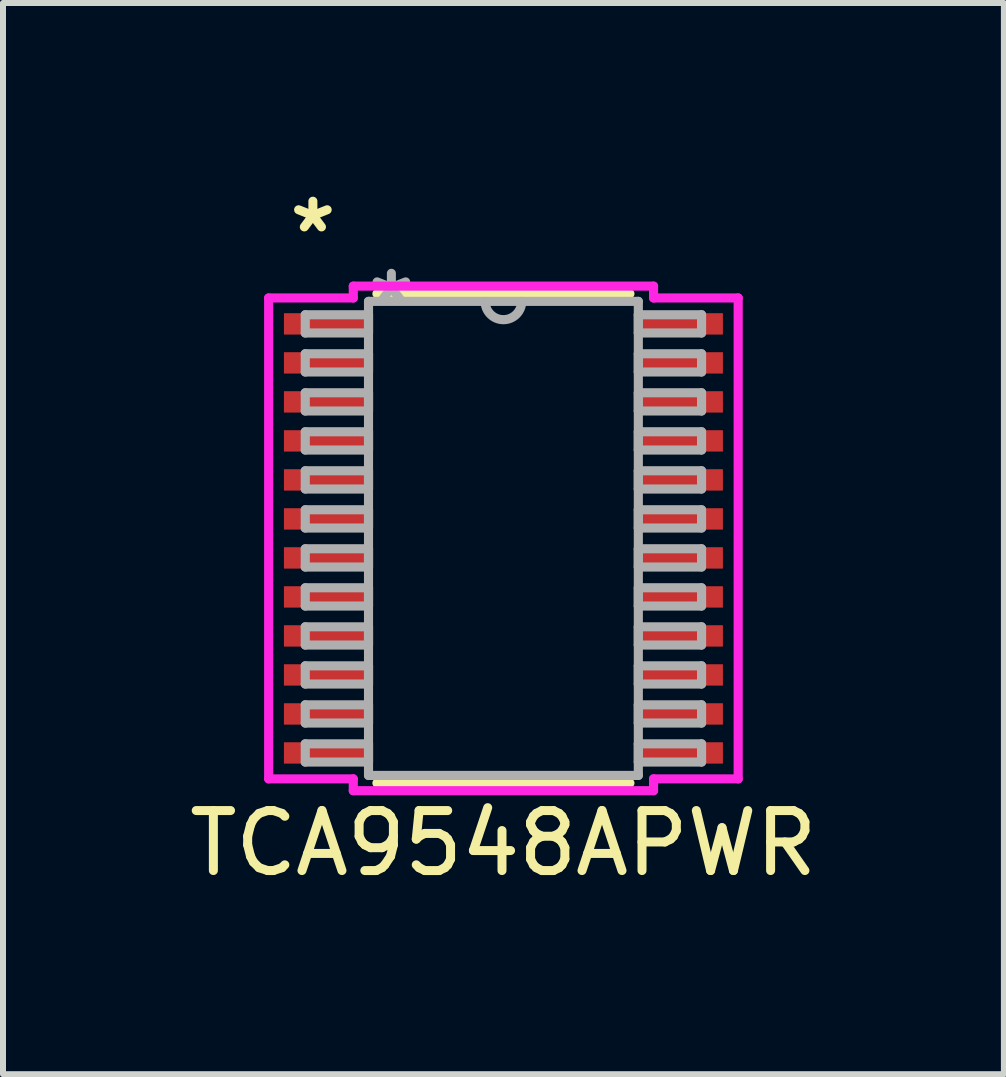
<source format=kicad_pcb>
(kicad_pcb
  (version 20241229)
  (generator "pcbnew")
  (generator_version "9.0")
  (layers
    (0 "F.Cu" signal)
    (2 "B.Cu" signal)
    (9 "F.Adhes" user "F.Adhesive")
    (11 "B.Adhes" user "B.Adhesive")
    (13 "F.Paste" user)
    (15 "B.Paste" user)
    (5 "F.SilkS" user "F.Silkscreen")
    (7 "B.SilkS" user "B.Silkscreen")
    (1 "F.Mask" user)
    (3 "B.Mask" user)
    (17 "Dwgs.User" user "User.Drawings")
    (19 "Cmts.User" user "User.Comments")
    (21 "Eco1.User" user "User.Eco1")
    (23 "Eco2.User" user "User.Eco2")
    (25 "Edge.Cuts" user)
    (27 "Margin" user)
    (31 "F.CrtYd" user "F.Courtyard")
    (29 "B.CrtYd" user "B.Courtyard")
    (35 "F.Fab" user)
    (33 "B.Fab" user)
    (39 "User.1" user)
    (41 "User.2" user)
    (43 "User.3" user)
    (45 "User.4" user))
  (footprint "TCA9548APWR"
    (layer "F.Cu")
    (at 5.339 5.922)
    (property "Reference" "TCA9548APWR" (at 0 5.08 0) (layer "F.SilkS") (effects (font (size 1 1) (thickness 0.15))))
    (attr through_hole)
    (fp_line (start -2.108 4.077) (end 2.108 4.077) (stroke (width 0.152) (type solid)) (layer "F.SilkS"))
    (fp_line (start 2.108 -4.077) (end -2.108 -4.077) (stroke (width 0.152) (type solid)) (layer "F.SilkS"))
    (fp_line (start -3.912 -4.007) (end -2.502 -4.007) (stroke (width 0.152) (type solid)) (layer "F.CrtYd"))
    (fp_line (start -3.912 4.007) (end -3.912 -4.007) (stroke (width 0.152) (type solid)) (layer "F.CrtYd"))
    (fp_line (start -3.912 4.007) (end -2.502 4.007) (stroke (width 0.152) (type solid)) (layer "F.CrtYd"))
    (fp_line (start -2.502 -4.204) (end 2.502 -4.204) (stroke (width 0.152) (type solid)) (layer "F.CrtYd"))
    (fp_line (start -2.502 -4.007) (end -2.502 -4.204) (stroke (width 0.152) (type solid)) (layer "F.CrtYd"))
    (fp_line (start -2.502 4.204) (end -2.502 4.007) (stroke (width 0.152) (type solid)) (layer "F.CrtYd"))
    (fp_line (start 2.502 -4.204) (end 2.502 -4.007) (stroke (width 0.152) (type solid)) (layer "F.CrtYd"))
    (fp_line (start 2.502 4.007) (end 2.502 4.204) (stroke (width 0.152) (type solid)) (layer "F.CrtYd"))
    (fp_line (start 2.502 4.204) (end -2.502 4.204) (stroke (width 0.152) (type solid)) (layer "F.CrtYd"))
    (fp_line (start 3.912 -4.007) (end 2.502 -4.007) (stroke (width 0.152) (type solid)) (layer "F.CrtYd"))
    (fp_line (start 3.912 -4.007) (end 3.912 4.007) (stroke (width 0.152) (type solid)) (layer "F.CrtYd"))
    (fp_line (start 3.912 4.007) (end 2.502 4.007) (stroke (width 0.152) (type solid)) (layer "F.CrtYd"))
    (fp_line (start -3.302 -3.727) (end -3.302 -3.423) (stroke (width 0.152) (type solid)) (layer "F.Fab"))
    (fp_line (start -3.302 -3.423) (end -2.248 -3.423) (stroke (width 0.152) (type solid)) (layer "F.Fab"))
    (fp_line (start -3.302 -3.077) (end -3.302 -2.773) (stroke (width 0.152) (type solid)) (layer "F.Fab"))
    (fp_line (start -3.302 -2.773) (end -2.248 -2.773) (stroke (width 0.152) (type solid)) (layer "F.Fab"))
    (fp_line (start -3.302 -2.427) (end -3.302 -2.123) (stroke (width 0.152) (type solid)) (layer "F.Fab"))
    (fp_line (start -3.302 -2.123) (end -2.248 -2.123) (stroke (width 0.152) (type solid)) (layer "F.Fab"))
    (fp_line (start -3.302 -1.777) (end -3.302 -1.473) (stroke (width 0.152) (type solid)) (layer "F.Fab"))
    (fp_line (start -3.302 -1.473) (end -2.248 -1.473) (stroke (width 0.152) (type solid)) (layer "F.Fab"))
    (fp_line (start -3.302 -1.127) (end -3.302 -0.823) (stroke (width 0.152) (type solid)) (layer "F.Fab"))
    (fp_line (start -3.302 -0.823) (end -2.248 -0.823) (stroke (width 0.152) (type solid)) (layer "F.Fab"))
    (fp_line (start -3.302 -0.477) (end -3.302 -0.173) (stroke (width 0.152) (type solid)) (layer "F.Fab"))
    (fp_line (start -3.302 -0.173) (end -2.248 -0.173) (stroke (width 0.152) (type solid)) (layer "F.Fab"))
    (fp_line (start -3.302 0.173) (end -3.302 0.477) (stroke (width 0.152) (type solid)) (layer "F.Fab"))
    (fp_line (start -3.302 0.477) (end -2.248 0.477) (stroke (width 0.152) (type solid)) (layer "F.Fab"))
    (fp_line (start -3.302 0.823) (end -3.302 1.127) (stroke (width 0.152) (type solid)) (layer "F.Fab"))
    (fp_line (start -3.302 1.127) (end -2.248 1.127) (stroke (width 0.152) (type solid)) (layer "F.Fab"))
    (fp_line (start -3.302 1.473) (end -3.302 1.777) (stroke (width 0.152) (type solid)) (layer "F.Fab"))
    (fp_line (start -3.302 1.777) (end -2.248 1.777) (stroke (width 0.152) (type solid)) (layer "F.Fab"))
    (fp_line (start -3.302 2.123) (end -3.302 2.427) (stroke (width 0.152) (type solid)) (layer "F.Fab"))
    (fp_line (start -3.302 2.427) (end -2.248 2.427) (stroke (width 0.152) (type solid)) (layer "F.Fab"))
    (fp_line (start -3.302 2.773) (end -3.302 3.077) (stroke (width 0.152) (type solid)) (layer "F.Fab"))
    (fp_line (start -3.302 3.077) (end -2.248 3.077) (stroke (width 0.152) (type solid)) (layer "F.Fab"))
    (fp_line (start -3.302 3.423) (end -3.302 3.727) (stroke (width 0.152) (type solid)) (layer "F.Fab"))
    (fp_line (start -3.302 3.727) (end -2.248 3.727) (stroke (width 0.152) (type solid)) (layer "F.Fab"))
    (fp_line (start -2.248 -3.95) (end -2.248 3.95) (stroke (width 0.152) (type solid)) (layer "F.Fab"))
    (fp_line (start -2.248 -3.727) (end -3.302 -3.727) (stroke (width 0.152) (type solid)) (layer "F.Fab"))
    (fp_line (start -2.248 -3.423) (end -2.248 -3.727) (stroke (width 0.152) (type solid)) (layer "F.Fab"))
    (fp_line (start -2.248 -3.077) (end -3.302 -3.077) (stroke (width 0.152) (type solid)) (layer "F.Fab"))
    (fp_line (start -2.248 -2.773) (end -2.248 -3.077) (stroke (width 0.152) (type solid)) (layer "F.Fab"))
    (fp_line (start -2.248 -2.427) (end -3.302 -2.427) (stroke (width 0.152) (type solid)) (layer "F.Fab"))
    (fp_line (start -2.248 -2.123) (end -2.248 -2.427) (stroke (width 0.152) (type solid)) (layer "F.Fab"))
    (fp_line (start -2.248 -1.777) (end -3.302 -1.777) (stroke (width 0.152) (type solid)) (layer "F.Fab"))
    (fp_line (start -2.248 -1.473) (end -2.248 -1.777) (stroke (width 0.152) (type solid)) (layer "F.Fab"))
    (fp_line (start -2.248 -1.127) (end -3.302 -1.127) (stroke (width 0.152) (type solid)) (layer "F.Fab"))
    (fp_line (start -2.248 -0.823) (end -2.248 -1.127) (stroke (width 0.152) (type solid)) (layer "F.Fab"))
    (fp_line (start -2.248 -0.477) (end -3.302 -0.477) (stroke (width 0.152) (type solid)) (layer "F.Fab"))
    (fp_line (start -2.248 -0.173) (end -2.248 -0.477) (stroke (width 0.152) (type solid)) (layer "F.Fab"))
    (fp_line (start -2.248 0.173) (end -3.302 0.173) (stroke (width 0.152) (type solid)) (layer "F.Fab"))
    (fp_line (start -2.248 0.477) (end -2.248 0.173) (stroke (width 0.152) (type solid)) (layer "F.Fab"))
    (fp_line (start -2.248 0.823) (end -3.302 0.823) (stroke (width 0.152) (type solid)) (layer "F.Fab"))
    (fp_line (start -2.248 1.127) (end -2.248 0.823) (stroke (width 0.152) (type solid)) (layer "F.Fab"))
    (fp_line (start -2.248 1.473) (end -3.302 1.473) (stroke (width 0.152) (type solid)) (layer "F.Fab"))
    (fp_line (start -2.248 1.777) (end -2.248 1.473) (stroke (width 0.152) (type solid)) (layer "F.Fab"))
    (fp_line (start -2.248 2.123) (end -3.302 2.123) (stroke (width 0.152) (type solid)) (layer "F.Fab"))
    (fp_line (start -2.248 2.427) (end -2.248 2.123) (stroke (width 0.152) (type solid)) (layer "F.Fab"))
    (fp_line (start -2.248 2.773) (end -3.302 2.773) (stroke (width 0.152) (type solid)) (layer "F.Fab"))
    (fp_line (start -2.248 3.077) (end -2.248 2.773) (stroke (width 0.152) (type solid)) (layer "F.Fab"))
    (fp_line (start -2.248 3.423) (end -3.302 3.423) (stroke (width 0.152) (type solid)) (layer "F.Fab"))
    (fp_line (start -2.248 3.727) (end -2.248 3.423) (stroke (width 0.152) (type solid)) (layer "F.Fab"))
    (fp_line (start -2.248 3.95) (end 2.248 3.95) (stroke (width 0.152) (type solid)) (layer "F.Fab"))
    (fp_line (start 2.248 -3.95) (end -2.248 -3.95) (stroke (width 0.152) (type solid)) (layer "F.Fab"))
    (fp_line (start 2.248 -3.727) (end 2.248 -3.423) (stroke (width 0.152) (type solid)) (layer "F.Fab"))
    (fp_line (start 2.248 -3.423) (end 3.302 -3.423) (stroke (width 0.152) (type solid)) (layer "F.Fab"))
    (fp_line (start 2.248 -3.077) (end 2.248 -2.773) (stroke (width 0.152) (type solid)) (layer "F.Fab"))
    (fp_line (start 2.248 -2.773) (end 3.302 -2.773) (stroke (width 0.152) (type solid)) (layer "F.Fab"))
    (fp_line (start 2.248 -2.427) (end 2.248 -2.123) (stroke (width 0.152) (type solid)) (layer "F.Fab"))
    (fp_line (start 2.248 -2.123) (end 3.302 -2.123) (stroke (width 0.152) (type solid)) (layer "F.Fab"))
    (fp_line (start 2.248 -1.777) (end 2.248 -1.473) (stroke (width 0.152) (type solid)) (layer "F.Fab"))
    (fp_line (start 2.248 -1.473) (end 3.302 -1.473) (stroke (width 0.152) (type solid)) (layer "F.Fab"))
    (fp_line (start 2.248 -1.127) (end 2.248 -0.823) (stroke (width 0.152) (type solid)) (layer "F.Fab"))
    (fp_line (start 2.248 -0.823) (end 3.302 -0.823) (stroke (width 0.152) (type solid)) (layer "F.Fab"))
    (fp_line (start 2.248 -0.477) (end 2.248 -0.173) (stroke (width 0.152) (type solid)) (layer "F.Fab"))
    (fp_line (start 2.248 -0.173) (end 3.302 -0.173) (stroke (width 0.152) (type solid)) (layer "F.Fab"))
    (fp_line (start 2.248 0.173) (end 2.248 0.477) (stroke (width 0.152) (type solid)) (layer "F.Fab"))
    (fp_line (start 2.248 0.477) (end 3.302 0.477) (stroke (width 0.152) (type solid)) (layer "F.Fab"))
    (fp_line (start 2.248 0.823) (end 2.248 1.127) (stroke (width 0.152) (type solid)) (layer "F.Fab"))
    (fp_line (start 2.248 1.127) (end 3.302 1.127) (stroke (width 0.152) (type solid)) (layer "F.Fab"))
    (fp_line (start 2.248 1.473) (end 2.248 1.777) (stroke (width 0.152) (type solid)) (layer "F.Fab"))
    (fp_line (start 2.248 1.777) (end 3.302 1.777) (stroke (width 0.152) (type solid)) (layer "F.Fab"))
    (fp_line (start 2.248 2.123) (end 2.248 2.427) (stroke (width 0.152) (type solid)) (layer "F.Fab"))
    (fp_line (start 2.248 2.427) (end 3.302 2.427) (stroke (width 0.152) (type solid)) (layer "F.Fab"))
    (fp_line (start 2.248 2.773) (end 2.248 3.077) (stroke (width 0.152) (type solid)) (layer "F.Fab"))
    (fp_line (start 2.248 3.077) (end 3.302 3.077) (stroke (width 0.152) (type solid)) (layer "F.Fab"))
    (fp_line (start 2.248 3.423) (end 2.248 3.727) (stroke (width 0.152) (type solid)) (layer "F.Fab"))
    (fp_line (start 2.248 3.727) (end 3.302 3.727) (stroke (width 0.152) (type solid)) (layer "F.Fab"))
    (fp_line (start 2.248 3.95) (end 2.248 -3.95) (stroke (width 0.152) (type solid)) (layer "F.Fab"))
    (fp_line (start 3.302 -3.727) (end 2.248 -3.727) (stroke (width 0.152) (type solid)) (layer "F.Fab"))
    (fp_line (start 3.302 -3.423) (end 3.302 -3.727) (stroke (width 0.152) (type solid)) (layer "F.Fab"))
    (fp_line (start 3.302 -3.077) (end 2.248 -3.077) (stroke (width 0.152) (type solid)) (layer "F.Fab"))
    (fp_line (start 3.302 -2.773) (end 3.302 -3.077) (stroke (width 0.152) (type solid)) (layer "F.Fab"))
    (fp_line (start 3.302 -2.427) (end 2.248 -2.427) (stroke (width 0.152) (type solid)) (layer "F.Fab"))
    (fp_line (start 3.302 -2.123) (end 3.302 -2.427) (stroke (width 0.152) (type solid)) (layer "F.Fab"))
    (fp_line (start 3.302 -1.777) (end 2.248 -1.777) (stroke (width 0.152) (type solid)) (layer "F.Fab"))
    (fp_line (start 3.302 -1.473) (end 3.302 -1.777) (stroke (width 0.152) (type solid)) (layer "F.Fab"))
    (fp_line (start 3.302 -1.127) (end 2.248 -1.127) (stroke (width 0.152) (type solid)) (layer "F.Fab"))
    (fp_line (start 3.302 -0.823) (end 3.302 -1.127) (stroke (width 0.152) (type solid)) (layer "F.Fab"))
    (fp_line (start 3.302 -0.477) (end 2.248 -0.477) (stroke (width 0.152) (type solid)) (layer "F.Fab"))
    (fp_line (start 3.302 -0.173) (end 3.302 -0.477) (stroke (width 0.152) (type solid)) (layer "F.Fab"))
    (fp_line (start 3.302 0.173) (end 2.248 0.173) (stroke (width 0.152) (type solid)) (layer "F.Fab"))
    (fp_line (start 3.302 0.477) (end 3.302 0.173) (stroke (width 0.152) (type solid)) (layer "F.Fab"))
    (fp_line (start 3.302 0.823) (end 2.248 0.823) (stroke (width 0.152) (type solid)) (layer "F.Fab"))
    (fp_line (start 3.302 1.127) (end 3.302 0.823) (stroke (width 0.152) (type solid)) (layer "F.Fab"))
    (fp_line (start 3.302 1.473) (end 2.248 1.473) (stroke (width 0.152) (type solid)) (layer "F.Fab"))
    (fp_line (start 3.302 1.777) (end 3.302 1.473) (stroke (width 0.152) (type solid)) (layer "F.Fab"))
    (fp_line (start 3.302 2.123) (end 2.248 2.123) (stroke (width 0.152) (type solid)) (layer "F.Fab"))
    (fp_line (start 3.302 2.427) (end 3.302 2.123) (stroke (width 0.152) (type solid)) (layer "F.Fab"))
    (fp_line (start 3.302 2.773) (end 2.248 2.773) (stroke (width 0.152) (type solid)) (layer "F.Fab"))
    (fp_line (start 3.302 3.077) (end 3.302 2.773) (stroke (width 0.152) (type solid)) (layer "F.Fab"))
    (fp_line (start 3.302 3.423) (end 2.248 3.423) (stroke (width 0.152) (type solid)) (layer "F.Fab"))
    (fp_line (start 3.302 3.727) (end 3.302 3.423) (stroke (width 0.152) (type solid)) (layer "F.Fab"))
    (fp_arc (start 0.3048 -3.9497) (mid 0 -3.6449) (end -0.3048 -3.9497) (stroke (width 0.1524) (type solid)) (layer "F.Fab"))
    (fp_text user "*" (at -3.175 -5.074 0) (layer "F.SilkS") (effects (font (size 1 1) (thickness 0.15))))
    (fp_text user "*" (at -1.867 -3.873 0) (layer "F.Fab") (effects (font (size 1 1) (thickness 0.15))))
    (pad "1" smd rect (at -2.921 -3.575) (size 1.473 0.356) (layers "F.Cu" "F.Mask" "F.Paste"))
    (pad "2" smd rect (at -2.921 -2.925) (size 1.473 0.356) (layers "F.Cu" "F.Mask" "F.Paste"))
    (pad "3" smd rect (at -2.921 -2.275) (size 1.473 0.356) (layers "F.Cu" "F.Mask" "F.Paste"))
    (pad "4" smd rect (at -2.921 -1.625) (size 1.473 0.356) (layers "F.Cu" "F.Mask" "F.Paste"))
    (pad "5" smd rect (at -2.921 -0.975) (size 1.473 0.356) (layers "F.Cu" "F.Mask" "F.Paste"))
    (pad "6" smd rect (at -2.921 -0.325) (size 1.473 0.356) (layers "F.Cu" "F.Mask" "F.Paste"))
    (pad "7" smd rect (at -2.921 0.325) (size 1.473 0.356) (layers "F.Cu" "F.Mask" "F.Paste"))
    (pad "8" smd rect (at -2.921 0.975) (size 1.473 0.356) (layers "F.Cu" "F.Mask" "F.Paste"))
    (pad "9" smd rect (at -2.921 1.625) (size 1.473 0.356) (layers "F.Cu" "F.Mask" "F.Paste"))
    (pad "10" smd rect (at -2.921 2.275) (size 1.473 0.356) (layers "F.Cu" "F.Mask" "F.Paste"))
    (pad "11" smd rect (at -2.921 2.925) (size 1.473 0.356) (layers "F.Cu" "F.Mask" "F.Paste"))
    (pad "12" smd rect (at -2.921 3.575) (size 1.473 0.356) (layers "F.Cu" "F.Mask" "F.Paste"))
    (pad "13" smd rect (at 2.921 3.575) (size 1.473 0.356) (layers "F.Cu" "F.Mask" "F.Paste"))
    (pad "14" smd rect (at 2.921 2.925) (size 1.473 0.356) (layers "F.Cu" "F.Mask" "F.Paste"))
    (pad "15" smd rect (at 2.921 2.275) (size 1.473 0.356) (layers "F.Cu" "F.Mask" "F.Paste"))
    (pad "16" smd rect (at 2.921 1.625) (size 1.473 0.356) (layers "F.Cu" "F.Mask" "F.Paste"))
    (pad "17" smd rect (at 2.921 0.975) (size 1.473 0.356) (layers "F.Cu" "F.Mask" "F.Paste"))
    (pad "18" smd rect (at 2.921 0.325) (size 1.473 0.356) (layers "F.Cu" "F.Mask" "F.Paste"))
    (pad "19" smd rect (at 2.921 -0.325) (size 1.473 0.356) (layers "F.Cu" "F.Mask" "F.Paste"))
    (pad "20" smd rect (at 2.921 -0.975) (size 1.473 0.356) (layers "F.Cu" "F.Mask" "F.Paste"))
    (pad "21" smd rect (at 2.921 -1.625) (size 1.473 0.356) (layers "F.Cu" "F.Mask" "F.Paste"))
    (pad "22" smd rect (at 2.921 -2.275) (size 1.473 0.356) (layers "F.Cu" "F.Mask" "F.Paste"))
    (pad "23" smd rect (at 2.921 -2.925) (size 1.473 0.356) (layers "F.Cu" "F.Mask" "F.Paste"))
    (pad "24" smd rect (at 2.921 -3.575) (size 1.473 0.356) (layers "F.Cu" "F.Mask" "F.Paste")))
  (gr_rect
    (start -3 -3)
    (end 13.679 14.85)
    (stroke (width 0.1) (type default))
    (fill no)
    (layer "Edge.Cuts")))
</source>
